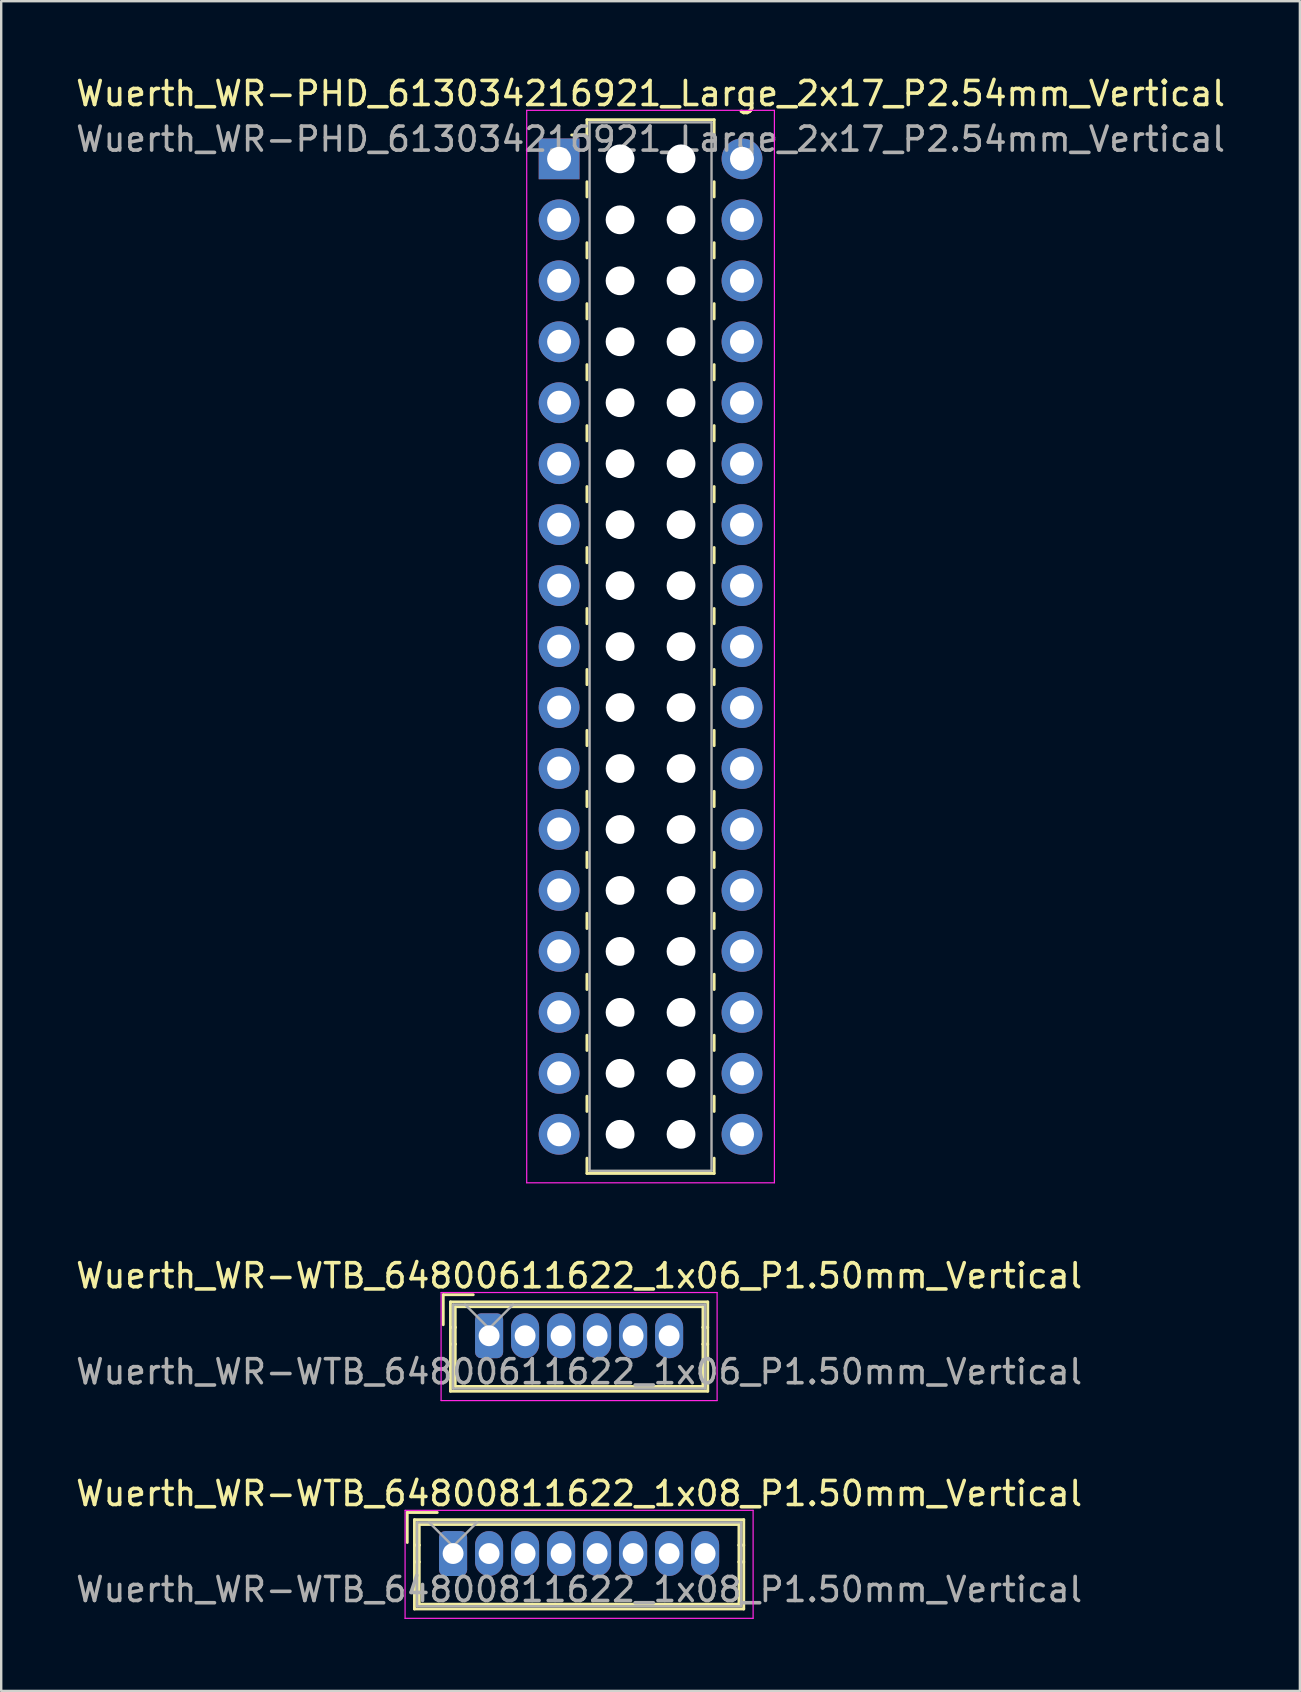
<source format=kicad_pcb>
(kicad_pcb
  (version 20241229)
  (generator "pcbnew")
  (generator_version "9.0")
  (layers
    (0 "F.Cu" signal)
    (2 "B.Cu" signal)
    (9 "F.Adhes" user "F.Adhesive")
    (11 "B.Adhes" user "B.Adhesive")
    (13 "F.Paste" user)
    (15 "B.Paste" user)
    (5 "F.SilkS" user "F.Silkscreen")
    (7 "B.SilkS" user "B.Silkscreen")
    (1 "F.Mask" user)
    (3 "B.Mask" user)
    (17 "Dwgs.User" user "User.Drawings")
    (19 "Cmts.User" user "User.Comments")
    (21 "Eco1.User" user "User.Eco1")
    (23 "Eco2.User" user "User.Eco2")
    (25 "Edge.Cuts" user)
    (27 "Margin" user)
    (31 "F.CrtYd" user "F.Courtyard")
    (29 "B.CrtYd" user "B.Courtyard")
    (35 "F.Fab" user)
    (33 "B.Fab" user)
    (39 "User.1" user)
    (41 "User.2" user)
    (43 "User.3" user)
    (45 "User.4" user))
  (footprint "Wuerth_WR-WTB_64800811622_1x08_P1.50mm_Vertical"
    (layer "F.Cu")
    (at 15.827 61.675)
    (property "Reference" "Wuerth_WR-WTB_64800811622_1x08_P1.50mm_Vertical" (at 5.25 -2.5 0) (layer "F.SilkS") (effects (font (size 1 1) (thickness 0.15))))
    (attr through_hole)
    (fp_line (start -1.91 -1.71) (end -1.91 -0.46) (stroke (width 0.12) (type solid)) (layer "F.SilkS"))
    (fp_line (start -1.61 -1.41) (end -1.61 2.31) (stroke (width 0.12) (type solid)) (layer "F.SilkS"))
    (fp_line (start -1.61 -0.35) (end -1.41 -0.35) (stroke (width 0.12) (type solid)) (layer "F.SilkS"))
    (fp_line (start -1.61 2.31) (end 12.11 2.31) (stroke (width 0.12) (type solid)) (layer "F.SilkS"))
    (fp_line (start -1.41 -1.21) (end 11.91 -1.21) (stroke (width 0.12) (type solid)) (layer "F.SilkS"))
    (fp_line (start -1.41 -0.35) (end -1.41 -1.21) (stroke (width 0.12) (type solid)) (layer "F.SilkS"))
    (fp_line (start -1.41 -0.35) (end -1.41 0.35) (stroke (width 0.12) (type solid)) (layer "F.SilkS"))
    (fp_line (start -1.41 0.35) (end -1.61 0.35) (stroke (width 0.12) (type solid)) (layer "F.SilkS"))
    (fp_line (start -1.41 0.35) (end -1.41 2.11) (stroke (width 0.12) (type solid)) (layer "F.SilkS"))
    (fp_line (start -1.41 2.11) (end 11.91 2.11) (stroke (width 0.12) (type solid)) (layer "F.SilkS"))
    (fp_line (start -0.66 -1.71) (end -1.91 -1.71) (stroke (width 0.12) (type solid)) (layer "F.SilkS"))
    (fp_line (start 11.91 -1.21) (end 11.91 -0.35) (stroke (width 0.12) (type solid)) (layer "F.SilkS"))
    (fp_line (start 11.91 -0.35) (end 11.91 0.35) (stroke (width 0.12) (type solid)) (layer "F.SilkS"))
    (fp_line (start 11.91 -0.35) (end 12.11 -0.35) (stroke (width 0.12) (type solid)) (layer "F.SilkS"))
    (fp_line (start 11.91 0.35) (end 12.11 0.35) (stroke (width 0.12) (type solid)) (layer "F.SilkS"))
    (fp_line (start 11.91 2.11) (end 11.91 0.35) (stroke (width 0.12) (type solid)) (layer "F.SilkS"))
    (fp_line (start 12.11 -1.41) (end -1.61 -1.41) (stroke (width 0.12) (type solid)) (layer "F.SilkS"))
    (fp_line (start 12.11 2.31) (end 12.11 -1.41) (stroke (width 0.12) (type solid)) (layer "F.SilkS"))
    (fp_line (start -2 -1.8) (end -2 2.7) (stroke (width 0.05) (type solid)) (layer "F.CrtYd"))
    (fp_line (start -2 2.7) (end 12.5 2.7) (stroke (width 0.05) (type solid)) (layer "F.CrtYd"))
    (fp_line (start 12.5 -1.8) (end -2 -1.8) (stroke (width 0.05) (type solid)) (layer "F.CrtYd"))
    (fp_line (start 12.5 2.7) (end 12.5 -1.8) (stroke (width 0.05) (type solid)) (layer "F.CrtYd"))
    (fp_line (start -1.5 -1.3) (end -1.5 2.2) (stroke (width 0.1) (type solid)) (layer "F.Fab"))
    (fp_line (start -1.5 2.2) (end 12 2.2) (stroke (width 0.1) (type solid)) (layer "F.Fab"))
    (fp_line (start -1 -1.3) (end 0 -0.3) (stroke (width 0.1) (type solid)) (layer "F.Fab"))
    (fp_line (start 0 -0.3) (end 1 -1.3) (stroke (width 0.1) (type solid)) (layer "F.Fab"))
    (fp_line (start 12 -1.3) (end -1.5 -1.3) (stroke (width 0.1) (type solid)) (layer "F.Fab"))
    (fp_line (start 12 2.2) (end 12 -1.3) (stroke (width 0.1) (type solid)) (layer "F.Fab"))
    (fp_text user "${REFERENCE}" (at 5.25 1.5 0) (layer "F.Fab") (effects (font (size 1 1) (thickness 0.15))))
    (pad "1" thru_hole roundrect (at 0 0) (size 1.17 1.87) (drill 0.87) (layers "*.Cu" "*.Mask") (roundrect_rratio 0.214))
    (pad "2" thru_hole oval (at 1.5 0) (size 1.17 1.87) (drill 0.87) (layers "*.Cu" "*.Mask"))
    (pad "3" thru_hole oval (at 3 0) (size 1.17 1.87) (drill 0.87) (layers "*.Cu" "*.Mask"))
    (pad "4" thru_hole oval (at 4.5 0) (size 1.17 1.87) (drill 0.87) (layers "*.Cu" "*.Mask"))
    (pad "5" thru_hole oval (at 6 0) (size 1.17 1.87) (drill 0.87) (layers "*.Cu" "*.Mask"))
    (pad "6" thru_hole oval (at 7.5 0) (size 1.17 1.87) (drill 0.87) (layers "*.Cu" "*.Mask"))
    (pad "7" thru_hole oval (at 9 0) (size 1.17 1.87) (drill 0.87) (layers "*.Cu" "*.Mask"))
    (pad "8" thru_hole oval (at 10.5 0) (size 1.17 1.87) (drill 0.87) (layers "*.Cu" "*.Mask")))
  (footprint "Wuerth_WR-WTB_64800611622_1x06_P1.50mm_Vertical"
    (layer "F.Cu")
    (at 17.327 52.602)
    (property "Reference" "Wuerth_WR-WTB_64800611622_1x06_P1.50mm_Vertical" (at 3.75 -2.5 0) (layer "F.SilkS") (effects (font (size 1 1) (thickness 0.15))))
    (attr through_hole)
    (fp_line (start -1.91 -1.71) (end -1.91 -0.46) (stroke (width 0.12) (type solid)) (layer "F.SilkS"))
    (fp_line (start -1.61 -1.41) (end -1.61 2.31) (stroke (width 0.12) (type solid)) (layer "F.SilkS"))
    (fp_line (start -1.61 -0.35) (end -1.41 -0.35) (stroke (width 0.12) (type solid)) (layer "F.SilkS"))
    (fp_line (start -1.61 2.31) (end 9.11 2.31) (stroke (width 0.12) (type solid)) (layer "F.SilkS"))
    (fp_line (start -1.41 -1.21) (end 8.91 -1.21) (stroke (width 0.12) (type solid)) (layer "F.SilkS"))
    (fp_line (start -1.41 -0.35) (end -1.41 -1.21) (stroke (width 0.12) (type solid)) (layer "F.SilkS"))
    (fp_line (start -1.41 -0.35) (end -1.41 0.35) (stroke (width 0.12) (type solid)) (layer "F.SilkS"))
    (fp_line (start -1.41 0.35) (end -1.61 0.35) (stroke (width 0.12) (type solid)) (layer "F.SilkS"))
    (fp_line (start -1.41 0.35) (end -1.41 2.11) (stroke (width 0.12) (type solid)) (layer "F.SilkS"))
    (fp_line (start -1.41 2.11) (end 8.91 2.11) (stroke (width 0.12) (type solid)) (layer "F.SilkS"))
    (fp_line (start -0.66 -1.71) (end -1.91 -1.71) (stroke (width 0.12) (type solid)) (layer "F.SilkS"))
    (fp_line (start 8.91 -1.21) (end 8.91 -0.35) (stroke (width 0.12) (type solid)) (layer "F.SilkS"))
    (fp_line (start 8.91 -0.35) (end 8.91 0.35) (stroke (width 0.12) (type solid)) (layer "F.SilkS"))
    (fp_line (start 8.91 -0.35) (end 9.11 -0.35) (stroke (width 0.12) (type solid)) (layer "F.SilkS"))
    (fp_line (start 8.91 0.35) (end 9.11 0.35) (stroke (width 0.12) (type solid)) (layer "F.SilkS"))
    (fp_line (start 8.91 2.11) (end 8.91 0.35) (stroke (width 0.12) (type solid)) (layer "F.SilkS"))
    (fp_line (start 9.11 -1.41) (end -1.61 -1.41) (stroke (width 0.12) (type solid)) (layer "F.SilkS"))
    (fp_line (start 9.11 2.31) (end 9.11 -1.41) (stroke (width 0.12) (type solid)) (layer "F.SilkS"))
    (fp_line (start -2 -1.8) (end -2 2.7) (stroke (width 0.05) (type solid)) (layer "F.CrtYd"))
    (fp_line (start -2 2.7) (end 9.5 2.7) (stroke (width 0.05) (type solid)) (layer "F.CrtYd"))
    (fp_line (start 9.5 -1.8) (end -2 -1.8) (stroke (width 0.05) (type solid)) (layer "F.CrtYd"))
    (fp_line (start 9.5 2.7) (end 9.5 -1.8) (stroke (width 0.05) (type solid)) (layer "F.CrtYd"))
    (fp_line (start -1.5 -1.3) (end -1.5 2.2) (stroke (width 0.1) (type solid)) (layer "F.Fab"))
    (fp_line (start -1.5 2.2) (end 9 2.2) (stroke (width 0.1) (type solid)) (layer "F.Fab"))
    (fp_line (start -1 -1.3) (end 0 -0.3) (stroke (width 0.1) (type solid)) (layer "F.Fab"))
    (fp_line (start 0 -0.3) (end 1 -1.3) (stroke (width 0.1) (type solid)) (layer "F.Fab"))
    (fp_line (start 9 -1.3) (end -1.5 -1.3) (stroke (width 0.1) (type solid)) (layer "F.Fab"))
    (fp_line (start 9 2.2) (end 9 -1.3) (stroke (width 0.1) (type solid)) (layer "F.Fab"))
    (fp_text user "${REFERENCE}" (at 3.75 1.5 0) (layer "F.Fab") (effects (font (size 1 1) (thickness 0.15))))
    (pad "1" thru_hole roundrect (at 0 0) (size 1.17 1.87) (drill 0.87) (layers "*.Cu" "*.Mask") (roundrect_rratio 0.214))
    (pad "2" thru_hole oval (at 1.5 0) (size 1.17 1.87) (drill 0.87) (layers "*.Cu" "*.Mask"))
    (pad "3" thru_hole oval (at 3 0) (size 1.17 1.87) (drill 0.87) (layers "*.Cu" "*.Mask"))
    (pad "4" thru_hole oval (at 4.5 0) (size 1.17 1.87) (drill 0.87) (layers "*.Cu" "*.Mask"))
    (pad "5" thru_hole oval (at 6 0) (size 1.17 1.87) (drill 0.87) (layers "*.Cu" "*.Mask"))
    (pad "6" thru_hole oval (at 7.5 0) (size 1.17 1.87) (drill 0.87) (layers "*.Cu" "*.Mask")))
  (footprint "Wuerth_WR-PHD_613034216921_Large_2x17_P2.54mm_Vertical"
    (layer "F.Cu")
    (at 20.244 3.568)
    (property "Reference" "Wuerth_WR-PHD_613034216921_Large_2x17_P2.54mm_Vertical" (at 3.81 -2.72 0) (layer "F.SilkS") (effects (font (size 1 1) (thickness 0.15))))
    (attr through_hole)
    (fp_line (start 1.16 -1.63) (end 1.16 -0.995) (stroke (width 0.12) (type solid)) (layer "F.SilkS"))
    (fp_line (start 1.16 -1.63) (end 6.46 -1.63) (stroke (width 0.12) (type solid)) (layer "F.SilkS"))
    (fp_line (start 1.16 -0.995) (end 0.525 -0.995) (stroke (width 0.12) (type solid)) (layer "F.SilkS"))
    (fp_line (start 1.16 0.953) (end 1.16 1.587) (stroke (width 0.12) (type solid)) (layer "F.SilkS"))
    (fp_line (start 1.16 3.493) (end 1.16 4.128) (stroke (width 0.12) (type solid)) (layer "F.SilkS"))
    (fp_line (start 1.16 6.032) (end 1.16 6.668) (stroke (width 0.12) (type solid)) (layer "F.SilkS"))
    (fp_line (start 1.16 8.572) (end 1.16 9.207) (stroke (width 0.12) (type solid)) (layer "F.SilkS"))
    (fp_line (start 1.16 11.113) (end 1.16 11.748) (stroke (width 0.12) (type solid)) (layer "F.SilkS"))
    (fp_line (start 1.16 13.652) (end 1.16 14.287) (stroke (width 0.12) (type solid)) (layer "F.SilkS"))
    (fp_line (start 1.16 16.192) (end 1.16 16.828) (stroke (width 0.12) (type solid)) (layer "F.SilkS"))
    (fp_line (start 1.16 18.733) (end 1.16 19.367) (stroke (width 0.12) (type solid)) (layer "F.SilkS"))
    (fp_line (start 1.16 21.273) (end 1.16 21.907) (stroke (width 0.12) (type solid)) (layer "F.SilkS"))
    (fp_line (start 1.16 23.812) (end 1.16 24.448) (stroke (width 0.12) (type solid)) (layer "F.SilkS"))
    (fp_line (start 1.16 26.352) (end 1.16 26.988) (stroke (width 0.12) (type solid)) (layer "F.SilkS"))
    (fp_line (start 1.16 28.892) (end 1.16 29.527) (stroke (width 0.12) (type solid)) (layer "F.SilkS"))
    (fp_line (start 1.16 31.433) (end 1.16 32.068) (stroke (width 0.12) (type solid)) (layer "F.SilkS"))
    (fp_line (start 1.16 33.972) (end 1.16 34.608) (stroke (width 0.12) (type solid)) (layer "F.SilkS"))
    (fp_line (start 1.16 36.513) (end 1.16 37.148) (stroke (width 0.12) (type solid)) (layer "F.SilkS"))
    (fp_line (start 1.16 39.053) (end 1.16 39.688) (stroke (width 0.12) (type solid)) (layer "F.SilkS"))
    (fp_line (start 1.16 42.27) (end 1.16 41.635) (stroke (width 0.12) (type solid)) (layer "F.SilkS"))
    (fp_line (start 1.16 42.27) (end 6.46 42.27) (stroke (width 0.12) (type solid)) (layer "F.SilkS"))
    (fp_line (start 6.46 -1.63) (end 6.46 -0.995) (stroke (width 0.12) (type solid)) (layer "F.SilkS"))
    (fp_line (start 6.46 0.953) (end 6.46 1.587) (stroke (width 0.12) (type solid)) (layer "F.SilkS"))
    (fp_line (start 6.46 3.493) (end 6.46 4.128) (stroke (width 0.12) (type solid)) (layer "F.SilkS"))
    (fp_line (start 6.46 6.032) (end 6.46 6.668) (stroke (width 0.12) (type solid)) (layer "F.SilkS"))
    (fp_line (start 6.46 8.572) (end 6.46 9.207) (stroke (width 0.12) (type solid)) (layer "F.SilkS"))
    (fp_line (start 6.46 11.113) (end 6.46 11.748) (stroke (width 0.12) (type solid)) (layer "F.SilkS"))
    (fp_line (start 6.46 13.652) (end 6.46 14.287) (stroke (width 0.12) (type solid)) (layer "F.SilkS"))
    (fp_line (start 6.46 16.192) (end 6.46 16.828) (stroke (width 0.12) (type solid)) (layer "F.SilkS"))
    (fp_line (start 6.46 18.733) (end 6.46 19.367) (stroke (width 0.12) (type solid)) (layer "F.SilkS"))
    (fp_line (start 6.46 21.273) (end 6.46 21.907) (stroke (width 0.12) (type solid)) (layer "F.SilkS"))
    (fp_line (start 6.46 23.812) (end 6.46 24.448) (stroke (width 0.12) (type solid)) (layer "F.SilkS"))
    (fp_line (start 6.46 26.352) (end 6.46 26.988) (stroke (width 0.12) (type solid)) (layer "F.SilkS"))
    (fp_line (start 6.46 28.892) (end 6.46 29.527) (stroke (width 0.12) (type solid)) (layer "F.SilkS"))
    (fp_line (start 6.46 31.433) (end 6.46 32.068) (stroke (width 0.12) (type solid)) (layer "F.SilkS"))
    (fp_line (start 6.46 33.972) (end 6.46 34.608) (stroke (width 0.12) (type solid)) (layer "F.SilkS"))
    (fp_line (start 6.46 36.513) (end 6.46 37.148) (stroke (width 0.12) (type solid)) (layer "F.SilkS"))
    (fp_line (start 6.46 39.053) (end 6.46 39.688) (stroke (width 0.12) (type solid)) (layer "F.SilkS"))
    (fp_line (start 6.46 42.27) (end 6.46 41.635) (stroke (width 0.12) (type solid)) (layer "F.SilkS"))
    (fp_line (start -1.35 -2.02) (end -1.35 42.66) (stroke (width 0.05) (type solid)) (layer "F.CrtYd"))
    (fp_line (start -1.35 42.66) (end 8.97 42.66) (stroke (width 0.05) (type solid)) (layer "F.CrtYd"))
    (fp_line (start 8.97 -2.02) (end -1.35 -2.02) (stroke (width 0.05) (type solid)) (layer "F.CrtYd"))
    (fp_line (start 8.97 42.66) (end 8.97 -2.02) (stroke (width 0.05) (type solid)) (layer "F.CrtYd"))
    (fp_line (start 1.27 -1.52) (end 1.27 42.16) (stroke (width 0.1) (type solid)) (layer "F.Fab"))
    (fp_line (start 1.27 42.16) (end 6.35 42.16) (stroke (width 0.1) (type solid)) (layer "F.Fab"))
    (fp_line (start 6.35 -1.52) (end 1.27 -1.52) (stroke (width 0.1) (type solid)) (layer "F.Fab"))
    (fp_line (start 6.35 42.16) (end 6.35 -1.52) (stroke (width 0.1) (type solid)) (layer "F.Fab"))
    (fp_text user "${REFERENCE}" (at 3.81 -0.82 0) (layer "F.Fab") (effects (font (size 1 1) (thickness 0.15))))
    (pad "" np_thru_hole circle (at 2.54 0) (size 1.2 1.2) (drill 1.2) (layers "*.Cu" "*.Mask"))
    (pad "" np_thru_hole circle (at 2.54 2.54) (size 1.2 1.2) (drill 1.2) (layers "*.Cu" "*.Mask"))
    (pad "" np_thru_hole circle (at 2.54 5.08) (size 1.2 1.2) (drill 1.2) (layers "*.Cu" "*.Mask"))
    (pad "" np_thru_hole circle (at 2.54 7.62) (size 1.2 1.2) (drill 1.2) (layers "*.Cu" "*.Mask"))
    (pad "" np_thru_hole circle (at 2.54 10.16) (size 1.2 1.2) (drill 1.2) (layers "*.Cu" "*.Mask"))
    (pad "" np_thru_hole circle (at 2.54 12.7) (size 1.2 1.2) (drill 1.2) (layers "*.Cu" "*.Mask"))
    (pad "" np_thru_hole circle (at 2.54 15.24) (size 1.2 1.2) (drill 1.2) (layers "*.Cu" "*.Mask"))
    (pad "" np_thru_hole circle (at 2.54 17.78) (size 1.2 1.2) (drill 1.2) (layers "*.Cu" "*.Mask"))
    (pad "" np_thru_hole circle (at 2.54 20.32) (size 1.2 1.2) (drill 1.2) (layers "*.Cu" "*.Mask"))
    (pad "" np_thru_hole circle (at 2.54 22.86) (size 1.2 1.2) (drill 1.2) (layers "*.Cu" "*.Mask"))
    (pad "" np_thru_hole circle (at 2.54 25.4) (size 1.2 1.2) (drill 1.2) (layers "*.Cu" "*.Mask"))
    (pad "" np_thru_hole circle (at 2.54 27.94) (size 1.2 1.2) (drill 1.2) (layers "*.Cu" "*.Mask"))
    (pad "" np_thru_hole circle (at 2.54 30.48) (size 1.2 1.2) (drill 1.2) (layers "*.Cu" "*.Mask"))
    (pad "" np_thru_hole circle (at 2.54 33.02) (size 1.2 1.2) (drill 1.2) (layers "*.Cu" "*.Mask"))
    (pad "" np_thru_hole circle (at 2.54 35.56) (size 1.2 1.2) (drill 1.2) (layers "*.Cu" "*.Mask"))
    (pad "" np_thru_hole circle (at 2.54 38.1) (size 1.2 1.2) (drill 1.2) (layers "*.Cu" "*.Mask"))
    (pad "" np_thru_hole circle (at 2.54 40.64) (size 1.2 1.2) (drill 1.2) (layers "*.Cu" "*.Mask"))
    (pad "" np_thru_hole circle (at 5.08 0) (size 1.2 1.2) (drill 1.2) (layers "*.Cu" "*.Mask"))
    (pad "" np_thru_hole circle (at 5.08 2.54) (size 1.2 1.2) (drill 1.2) (layers "*.Cu" "*.Mask"))
    (pad "" np_thru_hole circle (at 5.08 5.08) (size 1.2 1.2) (drill 1.2) (layers "*.Cu" "*.Mask"))
    (pad "" np_thru_hole circle (at 5.08 7.62) (size 1.2 1.2) (drill 1.2) (layers "*.Cu" "*.Mask"))
    (pad "" np_thru_hole circle (at 5.08 10.16) (size 1.2 1.2) (drill 1.2) (layers "*.Cu" "*.Mask"))
    (pad "" np_thru_hole circle (at 5.08 12.7) (size 1.2 1.2) (drill 1.2) (layers "*.Cu" "*.Mask"))
    (pad "" np_thru_hole circle (at 5.08 15.24) (size 1.2 1.2) (drill 1.2) (layers "*.Cu" "*.Mask"))
    (pad "" np_thru_hole circle (at 5.08 17.78) (size 1.2 1.2) (drill 1.2) (layers "*.Cu" "*.Mask"))
    (pad "" np_thru_hole circle (at 5.08 20.32) (size 1.2 1.2) (drill 1.2) (layers "*.Cu" "*.Mask"))
    (pad "" np_thru_hole circle (at 5.08 22.86) (size 1.2 1.2) (drill 1.2) (layers "*.Cu" "*.Mask"))
    (pad "" np_thru_hole circle (at 5.08 25.4) (size 1.2 1.2) (drill 1.2) (layers "*.Cu" "*.Mask"))
    (pad "" np_thru_hole circle (at 5.08 27.94) (size 1.2 1.2) (drill 1.2) (layers "*.Cu" "*.Mask"))
    (pad "" np_thru_hole circle (at 5.08 30.48) (size 1.2 1.2) (drill 1.2) (layers "*.Cu" "*.Mask"))
    (pad "" np_thru_hole circle (at 5.08 33.02) (size 1.2 1.2) (drill 1.2) (layers "*.Cu" "*.Mask"))
    (pad "" np_thru_hole circle (at 5.08 35.56) (size 1.2 1.2) (drill 1.2) (layers "*.Cu" "*.Mask"))
    (pad "" np_thru_hole circle (at 5.08 38.1) (size 1.2 1.2) (drill 1.2) (layers "*.Cu" "*.Mask"))
    (pad "" np_thru_hole circle (at 5.08 40.64) (size 1.2 1.2) (drill 1.2) (layers "*.Cu" "*.Mask"))
    (pad "1" thru_hole rect (at 0 0) (size 1.7 1.7) (drill 1) (layers "*.Cu" "*.Mask"))
    (pad "2" thru_hole circle (at 7.62 0) (size 1.7 1.7) (drill 1) (layers "*.Cu" "*.Mask"))
    (pad "3" thru_hole circle (at 0 2.54) (size 1.7 1.7) (drill 1) (layers "*.Cu" "*.Mask"))
    (pad "4" thru_hole circle (at 7.62 2.54) (size 1.7 1.7) (drill 1) (layers "*.Cu" "*.Mask"))
    (pad "5" thru_hole circle (at 0 5.08) (size 1.7 1.7) (drill 1) (layers "*.Cu" "*.Mask"))
    (pad "6" thru_hole circle (at 7.62 5.08) (size 1.7 1.7) (drill 1) (layers "*.Cu" "*.Mask"))
    (pad "7" thru_hole circle (at 0 7.62) (size 1.7 1.7) (drill 1) (layers "*.Cu" "*.Mask"))
    (pad "8" thru_hole circle (at 7.62 7.62) (size 1.7 1.7) (drill 1) (layers "*.Cu" "*.Mask"))
    (pad "9" thru_hole circle (at 0 10.16) (size 1.7 1.7) (drill 1) (layers "*.Cu" "*.Mask"))
    (pad "10" thru_hole circle (at 7.62 10.16) (size 1.7 1.7) (drill 1) (layers "*.Cu" "*.Mask"))
    (pad "11" thru_hole circle (at 0 12.7) (size 1.7 1.7) (drill 1) (layers "*.Cu" "*.Mask"))
    (pad "12" thru_hole circle (at 7.62 12.7) (size 1.7 1.7) (drill 1) (layers "*.Cu" "*.Mask"))
    (pad "13" thru_hole circle (at 0 15.24) (size 1.7 1.7) (drill 1) (layers "*.Cu" "*.Mask"))
    (pad "14" thru_hole circle (at 7.62 15.24) (size 1.7 1.7) (drill 1) (layers "*.Cu" "*.Mask"))
    (pad "15" thru_hole circle (at 0 17.78) (size 1.7 1.7) (drill 1) (layers "*.Cu" "*.Mask"))
    (pad "16" thru_hole circle (at 7.62 17.78) (size 1.7 1.7) (drill 1) (layers "*.Cu" "*.Mask"))
    (pad "17" thru_hole circle (at 0 20.32) (size 1.7 1.7) (drill 1) (layers "*.Cu" "*.Mask"))
    (pad "18" thru_hole circle (at 7.62 20.32) (size 1.7 1.7) (drill 1) (layers "*.Cu" "*.Mask"))
    (pad "19" thru_hole circle (at 0 22.86) (size 1.7 1.7) (drill 1) (layers "*.Cu" "*.Mask"))
    (pad "20" thru_hole circle (at 7.62 22.86) (size 1.7 1.7) (drill 1) (layers "*.Cu" "*.Mask"))
    (pad "21" thru_hole circle (at 0 25.4) (size 1.7 1.7) (drill 1) (layers "*.Cu" "*.Mask"))
    (pad "22" thru_hole circle (at 7.62 25.4) (size 1.7 1.7) (drill 1) (layers "*.Cu" "*.Mask"))
    (pad "23" thru_hole circle (at 0 27.94) (size 1.7 1.7) (drill 1) (layers "*.Cu" "*.Mask"))
    (pad "24" thru_hole circle (at 7.62 27.94) (size 1.7 1.7) (drill 1) (layers "*.Cu" "*.Mask"))
    (pad "25" thru_hole circle (at 0 30.48) (size 1.7 1.7) (drill 1) (layers "*.Cu" "*.Mask"))
    (pad "26" thru_hole circle (at 7.62 30.48) (size 1.7 1.7) (drill 1) (layers "*.Cu" "*.Mask"))
    (pad "27" thru_hole circle (at 0 33.02) (size 1.7 1.7) (drill 1) (layers "*.Cu" "*.Mask"))
    (pad "28" thru_hole circle (at 7.62 33.02) (size 1.7 1.7) (drill 1) (layers "*.Cu" "*.Mask"))
    (pad "29" thru_hole circle (at 0 35.56) (size 1.7 1.7) (drill 1) (layers "*.Cu" "*.Mask"))
    (pad "30" thru_hole circle (at 7.62 35.56) (size 1.7 1.7) (drill 1) (layers "*.Cu" "*.Mask"))
    (pad "31" thru_hole circle (at 0 38.1) (size 1.7 1.7) (drill 1) (layers "*.Cu" "*.Mask"))
    (pad "32" thru_hole circle (at 7.62 38.1) (size 1.7 1.7) (drill 1) (layers "*.Cu" "*.Mask"))
    (pad "33" thru_hole circle (at 0 40.64) (size 1.7 1.7) (drill 1) (layers "*.Cu" "*.Mask"))
    (pad "34" thru_hole circle (at 7.62 40.64) (size 1.7 1.7) (drill 1) (layers "*.Cu" "*.Mask")))
  (gr_rect
    (start -3 -3)
    (end 51.107 67.4)
    (stroke (width 0.1) (type default))
    (fill no)
    (layer "Edge.Cuts")))
</source>
